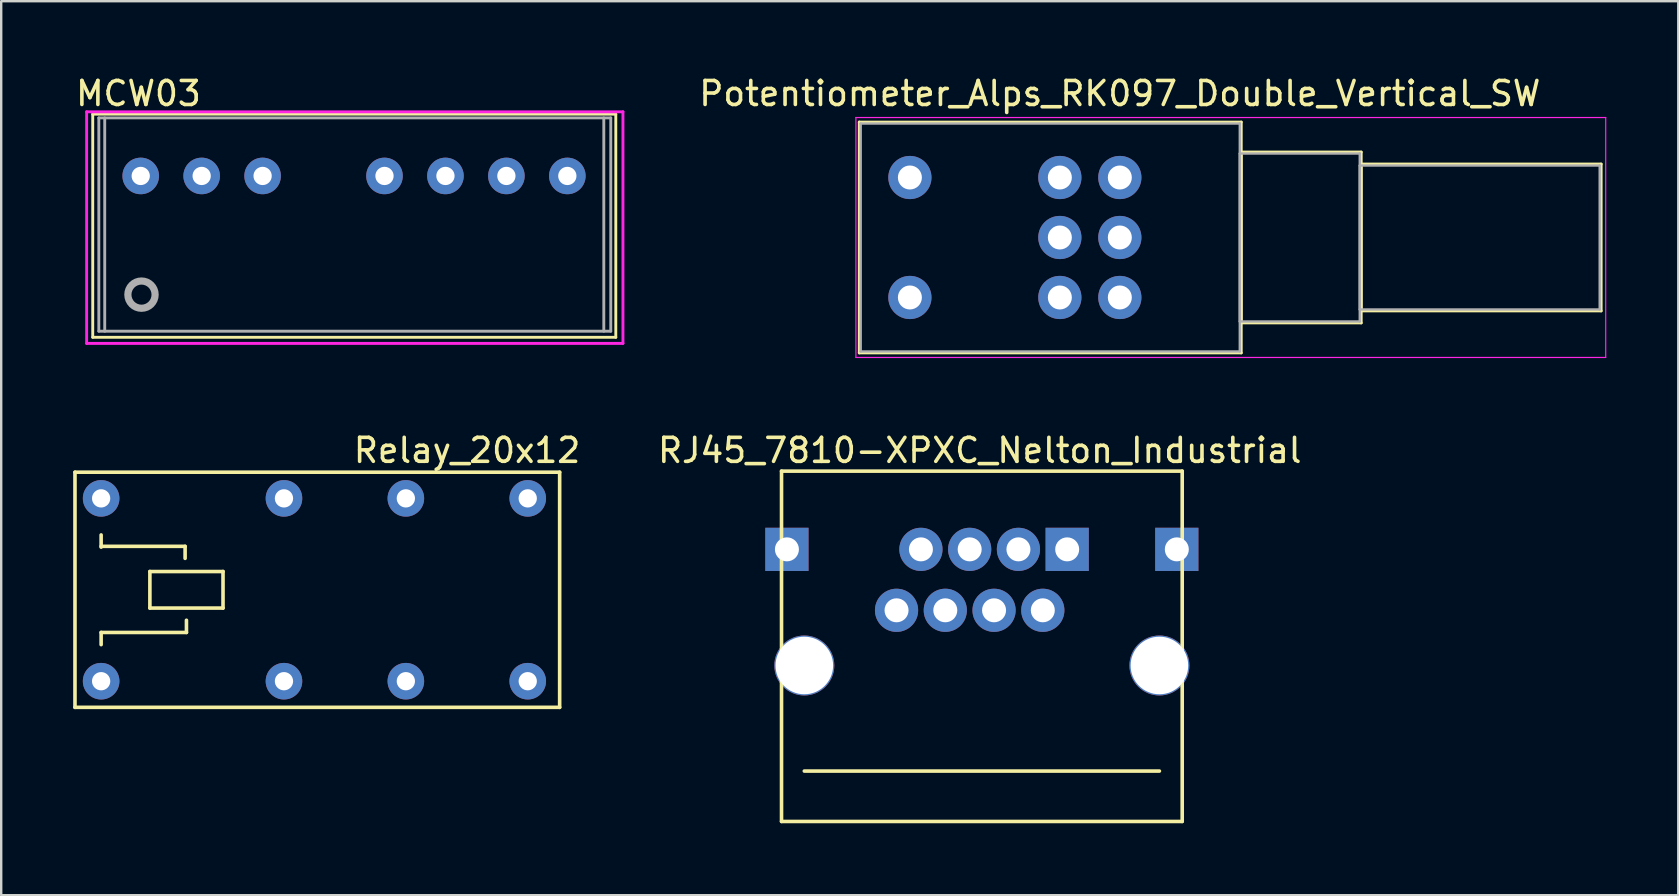
<source format=kicad_pcb>
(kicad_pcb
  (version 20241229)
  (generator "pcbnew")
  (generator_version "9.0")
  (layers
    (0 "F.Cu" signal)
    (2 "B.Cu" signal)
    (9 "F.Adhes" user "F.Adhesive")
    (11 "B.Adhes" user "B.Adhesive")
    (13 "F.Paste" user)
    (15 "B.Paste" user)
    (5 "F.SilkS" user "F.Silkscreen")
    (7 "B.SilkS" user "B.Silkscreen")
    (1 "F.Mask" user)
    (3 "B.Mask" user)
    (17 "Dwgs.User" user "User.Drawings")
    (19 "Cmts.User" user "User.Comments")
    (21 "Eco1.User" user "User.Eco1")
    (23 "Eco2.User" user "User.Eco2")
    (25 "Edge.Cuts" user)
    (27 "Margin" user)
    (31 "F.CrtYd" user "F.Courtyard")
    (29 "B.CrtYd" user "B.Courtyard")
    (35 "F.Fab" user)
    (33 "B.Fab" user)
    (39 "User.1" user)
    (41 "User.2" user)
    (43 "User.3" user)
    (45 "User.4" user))
  (footprint "MCW03"
    (layer "F.Cu")
    (at 0.815 11.008)
    (property "Reference" "MCW03" (at 1.905 -10.16 0) (layer "F.SilkS") (effects (font (size 1 1) (thickness 0.15))))
    (attr through_hole)
    (fp_line (start 0 -9.3) (end 21.8 -9.3) (stroke (width 0.12) (type solid)) (layer "F.SilkS"))
    (fp_line (start 0 0) (end 0 -9.3) (stroke (width 0.12) (type solid)) (layer "F.SilkS"))
    (fp_line (start 0 0) (end 21.8 0) (stroke (width 0.12) (type solid)) (layer "F.SilkS"))
    (fp_line (start 21.8 0) (end 21.8 -9.3) (stroke (width 0.12) (type solid)) (layer "F.SilkS"))
    (fp_line (start -0.254 -9.398) (end -0.254 0.254) (stroke (width 0.12) (type solid)) (layer "F.CrtYd"))
    (fp_line (start -0.254 -9.398) (end 22.098 -9.398) (stroke (width 0.12) (type solid)) (layer "F.CrtYd"))
    (fp_line (start -0.254 0.254) (end 22.098 0.254) (stroke (width 0.12) (type solid)) (layer "F.CrtYd"))
    (fp_line (start 22.098 -9.398) (end 22.098 0.254) (stroke (width 0.12) (type solid)) (layer "F.CrtYd"))
    (fp_line (start 0.254 -9.144) (end 0.254 -0.254) (stroke (width 0.12) (type solid)) (layer "F.Fab"))
    (fp_line (start 0.5 -9.144) (end 0.5 -0.254) (stroke (width 0.12) (type solid)) (layer "F.Fab"))
    (fp_line (start 21.3 -9.144) (end 21.3 -0.254) (stroke (width 0.12) (type solid)) (layer "F.Fab"))
    (fp_line (start 21.59 -9.144) (end 0.254 -9.144) (stroke (width 0.12) (type solid)) (layer "F.Fab"))
    (fp_line (start 21.59 -9.144) (end 21.59 -0.254) (stroke (width 0.12) (type solid)) (layer "F.Fab"))
    (fp_line (start 21.59 -0.254) (end 0.254 -0.254) (stroke (width 0.12) (type solid)) (layer "F.Fab"))
    (fp_circle (center 2.032 -1.778) (end 2.6 -1.778) (stroke (width 0.3) (type solid)) (fill no) (layer "F.Fab"))
    (pad "1" thru_hole circle (at 2 -6.725) (size 1.524 1.524) (drill 0.762) (layers "*.Cu" "*.Mask"))
    (pad "2" thru_hole circle (at 4.54 -6.725) (size 1.524 1.524) (drill 0.762) (layers "*.Cu" "*.Mask"))
    (pad "3" thru_hole circle (at 7.08 -6.725) (size 1.524 1.524) (drill 0.762) (layers "*.Cu" "*.Mask"))
    (pad "5" thru_hole circle (at 12.16 -6.725) (size 1.524 1.524) (drill 0.762) (layers "*.Cu" "*.Mask"))
    (pad "6" thru_hole circle (at 14.7 -6.725) (size 1.524 1.524) (drill 0.762) (layers "*.Cu" "*.Mask"))
    (pad "7" thru_hole circle (at 17.24 -6.725) (size 1.524 1.524) (drill 0.762) (layers "*.Cu" "*.Mask"))
    (pad "8" thru_hole circle (at 19.78 -6.725) (size 1.524 1.524) (drill 0.762) (layers "*.Cu" "*.Mask")))
  (footprint "Potentiometer_Alps_RK097_Double_Vertical_SW"
    (layer "F.Cu")
    (at 43.622 9.348)
    (property "Reference" "Potentiometer_Alps_RK097_Double_Vertical_SW" (at 0 -8.5 0) (layer "F.SilkS") (effects (font (size 1 1) (thickness 0.15))))
    (attr through_hole)
    (fp_line (start -10.86 -7.31) (end -10.86 2.31) (stroke (width 0.12) (type solid)) (layer "F.SilkS"))
    (fp_line (start -10.86 -7.31) (end 5.06 -7.31) (stroke (width 0.12) (type solid)) (layer "F.SilkS"))
    (fp_line (start -10.86 2.31) (end 5.06 2.31) (stroke (width 0.12) (type solid)) (layer "F.SilkS"))
    (fp_line (start 5.06 -7.31) (end 5.06 2.31) (stroke (width 0.12) (type solid)) (layer "F.SilkS"))
    (fp_line (start 5.06 -6.06) (end 5.06 1.06) (stroke (width 0.12) (type solid)) (layer "F.SilkS"))
    (fp_line (start 5.06 -6.06) (end 10.06 -6.06) (stroke (width 0.12) (type solid)) (layer "F.SilkS"))
    (fp_line (start 5.06 1.06) (end 10.06 1.06) (stroke (width 0.12) (type solid)) (layer "F.SilkS"))
    (fp_line (start 10.06 -6.06) (end 10.06 1.06) (stroke (width 0.12) (type solid)) (layer "F.SilkS"))
    (fp_line (start 10.06 -5.56) (end 10.06 0.56) (stroke (width 0.12) (type solid)) (layer "F.SilkS"))
    (fp_line (start 10.06 -5.56) (end 20.06 -5.56) (stroke (width 0.12) (type solid)) (layer "F.SilkS"))
    (fp_line (start 10.06 0.56) (end 20.06 0.56) (stroke (width 0.12) (type solid)) (layer "F.SilkS"))
    (fp_line (start 20.06 -5.56) (end 20.06 0.56) (stroke (width 0.12) (type solid)) (layer "F.SilkS"))
    (fp_line (start -11 -7.5) (end -11 2.5) (stroke (width 0.05) (type solid)) (layer "F.CrtYd"))
    (fp_line (start -11 2.5) (end 20.25 2.5) (stroke (width 0.05) (type solid)) (layer "F.CrtYd"))
    (fp_line (start 20.25 -7.5) (end -11 -7.5) (stroke (width 0.05) (type solid)) (layer "F.CrtYd"))
    (fp_line (start 20.25 2.5) (end 20.25 -7.5) (stroke (width 0.05) (type solid)) (layer "F.CrtYd"))
    (fp_line (start -10.8 -7.25) (end -10.8 2.25) (stroke (width 0.1) (type solid)) (layer "F.Fab"))
    (fp_line (start -10.8 2.25) (end 5 2.25) (stroke (width 0.1) (type solid)) (layer "F.Fab"))
    (fp_line (start 5 -7.25) (end -10.8 -7.25) (stroke (width 0.1) (type solid)) (layer "F.Fab"))
    (fp_line (start 5 -6) (end 5 1) (stroke (width 0.1) (type solid)) (layer "F.Fab"))
    (fp_line (start 5 1) (end 10 1) (stroke (width 0.1) (type solid)) (layer "F.Fab"))
    (fp_line (start 5 2.25) (end 5 -7.25) (stroke (width 0.1) (type solid)) (layer "F.Fab"))
    (fp_line (start 10 -6) (end 5 -6) (stroke (width 0.1) (type solid)) (layer "F.Fab"))
    (fp_line (start 10 -5.5) (end 10 0.5) (stroke (width 0.1) (type solid)) (layer "F.Fab"))
    (fp_line (start 10 0.5) (end 20 0.5) (stroke (width 0.1) (type solid)) (layer "F.Fab"))
    (fp_line (start 10 1) (end 10 -6) (stroke (width 0.1) (type solid)) (layer "F.Fab"))
    (fp_line (start 20 -5.5) (end 10 -5.5) (stroke (width 0.1) (type solid)) (layer "F.Fab"))
    (fp_line (start 20 0.5) (end 20 -5.5) (stroke (width 0.1) (type solid)) (layer "F.Fab"))
    (pad "1" thru_hole circle (at 0 0) (size 1.8 1.8) (drill 1) (layers "*.Cu" "*.Mask"))
    (pad "2" thru_hole circle (at 0 -2.5) (size 1.8 1.8) (drill 1) (layers "*.Cu" "*.Mask"))
    (pad "3" thru_hole circle (at 0 -5) (size 1.8 1.8) (drill 1) (layers "*.Cu" "*.Mask"))
    (pad "4" thru_hole circle (at -2.5 0) (size 1.8 1.8) (drill 1) (layers "*.Cu" "*.Mask"))
    (pad "5" thru_hole circle (at -2.5 -2.5) (size 1.8 1.8) (drill 1) (layers "*.Cu" "*.Mask"))
    (pad "6" thru_hole circle (at -2.5 -5) (size 1.8 1.8) (drill 1) (layers "*.Cu" "*.Mask"))
    (pad "7" thru_hole circle (at -8.75 0) (size 1.8 1.8) (drill 1) (layers "*.Cu" "*.Mask"))
    (pad "8" thru_hole circle (at -8.75 -5) (size 1.8 1.8) (drill 1) (layers "*.Cu" "*.Mask")))
  (footprint "RJ45_7810-XPXC_Nelton_Industrial"
    (layer "F.Cu")
    (at 37.872 23.91)
    (property "Reference" "RJ45_7810-XPXC_Nelton_Industrial" (at -0.088 -8.188 0) (layer "F.SilkS") (effects (font (size 1 1) (thickness 0.15))))
    (attr through_hole)
    (fp_line (start -8.35 -7.324) (end -8.35 7.276) (stroke (width 0.15) (type solid)) (layer "F.SilkS"))
    (fp_line (start -8.35 7.276) (end 8.35 7.276) (stroke (width 0.15) (type solid)) (layer "F.SilkS"))
    (fp_line (start -7.4 5.176) (end 7.4 5.176) (stroke (width 0.15) (type solid)) (layer "F.SilkS"))
    (fp_line (start 8.35 -7.324) (end -8.35 -7.324) (stroke (width 0.15) (type solid)) (layer "F.SilkS"))
    (fp_line (start 8.35 -7.324) (end 8.35 7.276) (stroke (width 0.15) (type solid)) (layer "F.SilkS"))
    (pad "" np_thru_hole circle (at -7.4 0.776) (size 2.5 2.5) (drill 2.4) (layers "*.Cu" "*.Mask"))
    (pad "" np_thru_hole circle (at 7.4 0.776) (size 2.5 2.5) (drill 2.4) (layers "*.Cu" "*.Mask"))
    (pad "1" thru_hole rect (at 3.556 -4.064) (size 1.8 1.8) (drill 1) (layers "*.Cu" "*.Mask"))
    (pad "2" thru_hole circle (at 2.54 -1.524) (size 1.8 1.8) (drill 1) (layers "*.Cu" "*.Mask"))
    (pad "3" thru_hole circle (at 1.524 -4.064) (size 1.8 1.8) (drill 1) (layers "*.Cu" "*.Mask"))
    (pad "4" thru_hole circle (at 0.508 -1.524) (size 1.8 1.8) (drill 1) (layers "*.Cu" "*.Mask"))
    (pad "5" thru_hole circle (at -0.508 -4.064) (size 1.8 1.8) (drill 1) (layers "*.Cu" "*.Mask"))
    (pad "6" thru_hole circle (at -1.524 -1.524) (size 1.8 1.8) (drill 1) (layers "*.Cu" "*.Mask"))
    (pad "7" thru_hole circle (at -2.54 -4.064) (size 1.8 1.8) (drill 1) (layers "*.Cu" "*.Mask"))
    (pad "8" thru_hole circle (at -3.556 -1.524) (size 1.8 1.8) (drill 1) (layers "*.Cu" "*.Mask"))
    (pad "SH" thru_hole rect (at -8.125 -4.064) (size 1.8 1.8) (drill 1) (layers "*.Cu" "*.Mask"))
    (pad "SH" thru_hole rect (at 8.125 -4.064) (size 1.8 1.8) (drill 1) (layers "*.Cu" "*.Mask")))
  (footprint "Relay_20x12"
    (layer "F.Cu")
    (at 1.165 17.721)
    (property "Reference" "Relay_20x12" (at 15.25 -2 0) (layer "F.SilkS") (effects (font (size 1 1) (thickness 0.15))))
    (attr through_hole)
    (fp_line (start -1.09 -1.09) (end -1.09 8.71) (stroke (width 0.15) (type solid)) (layer "F.SilkS"))
    (fp_line (start -1.09 -1.09) (end 19.11 -1.09) (stroke (width 0.15) (type solid)) (layer "F.SilkS"))
    (fp_line (start 0 2) (end 3.5 2) (stroke (width 0.15) (type solid)) (layer "F.SilkS"))
    (fp_line (start 0 2.032) (end 0 1.524) (stroke (width 0.15) (type solid)) (layer "F.SilkS"))
    (fp_line (start 0 5.588) (end 0 6.096) (stroke (width 0.15) (type solid)) (layer "F.SilkS"))
    (fp_line (start 0 5.588) (end 3.556 5.588) (stroke (width 0.15) (type solid)) (layer "F.SilkS"))
    (fp_line (start 2.032 3.048) (end 5.08 3.048) (stroke (width 0.15) (type solid)) (layer "F.SilkS"))
    (fp_line (start 2.032 4.572) (end 2.032 3.048) (stroke (width 0.15) (type solid)) (layer "F.SilkS"))
    (fp_line (start 3.5 2) (end 3.5 2.5) (stroke (width 0.15) (type solid)) (layer "F.SilkS"))
    (fp_line (start 3.556 5.588) (end 3.556 5.08) (stroke (width 0.15) (type solid)) (layer "F.SilkS"))
    (fp_line (start 5.08 3.048) (end 5.08 4.572) (stroke (width 0.15) (type solid)) (layer "F.SilkS"))
    (fp_line (start 5.08 4.572) (end 2.032 4.572) (stroke (width 0.15) (type solid)) (layer "F.SilkS"))
    (fp_line (start 19.11 -1.09) (end 19.11 8.71) (stroke (width 0.15) (type solid)) (layer "F.SilkS"))
    (fp_line (start 19.11 8.71) (end -1.09 8.71) (stroke (width 0.15) (type solid)) (layer "F.SilkS"))
    (pad "1" thru_hole circle (at 0 0) (size 1.524 1.524) (drill 0.762) (layers "*.Cu" "*.Mask"))
    (pad "4" thru_hole circle (at 7.62 0) (size 1.524 1.524) (drill 0.762) (layers "*.Cu" "*.Mask"))
    (pad "6" thru_hole circle (at 12.7 0) (size 1.524 1.524) (drill 0.762) (layers "*.Cu" "*.Mask"))
    (pad "8" thru_hole circle (at 17.78 0) (size 1.524 1.524) (drill 0.762) (layers "*.Cu" "*.Mask"))
    (pad "9" thru_hole circle (at 17.78 7.62) (size 1.524 1.524) (drill 0.762) (layers "*.Cu" "*.Mask"))
    (pad "11" thru_hole circle (at 12.7 7.62) (size 1.524 1.524) (drill 0.762) (layers "*.Cu" "*.Mask"))
    (pad "13" thru_hole circle (at 7.62 7.62) (size 1.524 1.524) (drill 0.762) (layers "*.Cu" "*.Mask"))
    (pad "16" thru_hole circle (at 0 7.62) (size 1.524 1.524) (drill 0.762) (layers "*.Cu" "*.Mask")))
  (gr_rect
    (start -3 -3)
    (end 66.897 34.261)
    (stroke (width 0.1) (type default))
    (fill no)
    (layer "Edge.Cuts")))
</source>
